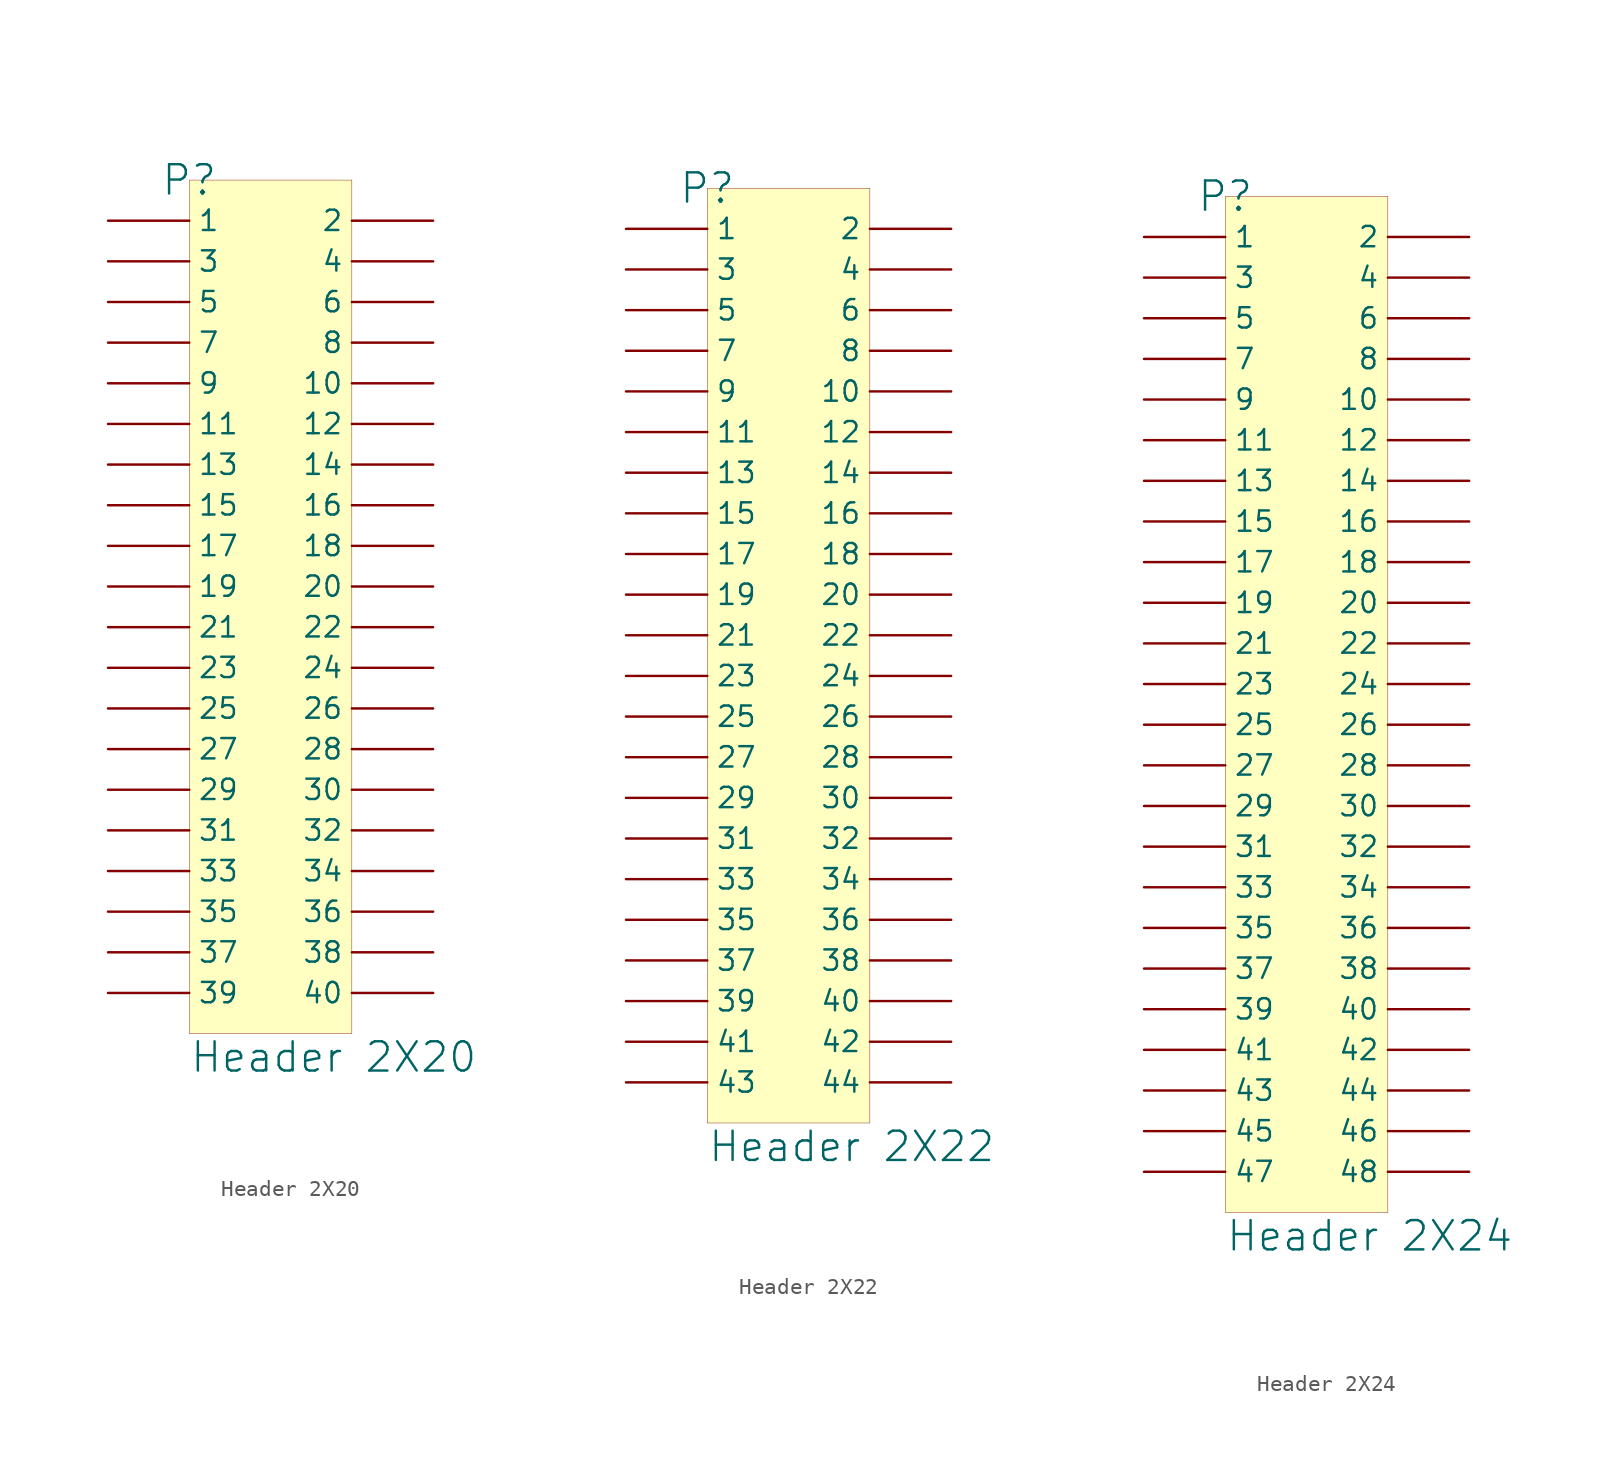
<source format=kicad_sym>
(kicad_symbol_lib
  (version 20241209)
  (generator "kicad_symbol_editor")
  (generator_version "9.0")
  (symbol "Header 2X20"
    (pin_numbers
      (hide yes))
    (property "Reference" "P"
      (at 0 0 0)
      (effects (font (size 1.829 1.829))))
    (property "Value" "Header 2X20"
      (at 0 -55.88 0)
      (effects (font (size 1.829 1.829)) (justify left bottom)))
    (symbol "Header 2X20_1_0"
      (rectangle (start 10.16 0) (end 0 -53.34) (stroke (width 0.025) (type solid) (color 128 0 0 1)) (fill (type background)))
      (pin passive line (at -5.08 -2.54 0) (length 5.08) (name "1" (effects (font (size 1.27 1.27)))) (number "1" (effects (font (size 1.27 1.27)))))
      (pin passive line (at -5.08 -5.08 0) (length 5.08) (name "3" (effects (font (size 1.27 1.27)))) (number "3" (effects (font (size 1.27 1.27)))))
      (pin passive line (at -5.08 -7.62 0) (length 5.08) (name "5" (effects (font (size 1.27 1.27)))) (number "5" (effects (font (size 1.27 1.27)))))
      (pin passive line (at -5.08 -10.16 0) (length 5.08) (name "7" (effects (font (size 1.27 1.27)))) (number "7" (effects (font (size 1.27 1.27)))))
      (pin passive line (at -5.08 -12.7 0) (length 5.08) (name "9" (effects (font (size 1.27 1.27)))) (number "9" (effects (font (size 1.27 1.27)))))
      (pin passive line (at -5.08 -15.24 0) (length 5.08) (name "11" (effects (font (size 1.27 1.27)))) (number "11" (effects (font (size 1.27 1.27)))))
      (pin passive line (at -5.08 -17.78 0) (length 5.08) (name "13" (effects (font (size 1.27 1.27)))) (number "13" (effects (font (size 1.27 1.27)))))
      (pin passive line (at -5.08 -20.32 0) (length 5.08) (name "15" (effects (font (size 1.27 1.27)))) (number "15" (effects (font (size 1.27 1.27)))))
      (pin passive line (at -5.08 -22.86 0) (length 5.08) (name "17" (effects (font (size 1.27 1.27)))) (number "17" (effects (font (size 1.27 1.27)))))
      (pin passive line (at -5.08 -25.4 0) (length 5.08) (name "19" (effects (font (size 1.27 1.27)))) (number "19" (effects (font (size 1.27 1.27)))))
      (pin passive line (at -5.08 -27.94 0) (length 5.08) (name "21" (effects (font (size 1.27 1.27)))) (number "21" (effects (font (size 1.27 1.27)))))
      (pin passive line (at -5.08 -30.48 0) (length 5.08) (name "23" (effects (font (size 1.27 1.27)))) (number "23" (effects (font (size 1.27 1.27)))))
      (pin passive line (at -5.08 -33.02 0) (length 5.08) (name "25" (effects (font (size 1.27 1.27)))) (number "25" (effects (font (size 1.27 1.27)))))
      (pin passive line (at -5.08 -35.56 0) (length 5.08) (name "27" (effects (font (size 1.27 1.27)))) (number "27" (effects (font (size 1.27 1.27)))))
      (pin passive line (at -5.08 -38.1 0) (length 5.08) (name "29" (effects (font (size 1.27 1.27)))) (number "29" (effects (font (size 1.27 1.27)))))
      (pin passive line (at -5.08 -40.64 0) (length 5.08) (name "31" (effects (font (size 1.27 1.27)))) (number "31" (effects (font (size 1.27 1.27)))))
      (pin passive line (at -5.08 -43.18 0) (length 5.08) (name "33" (effects (font (size 1.27 1.27)))) (number "33" (effects (font (size 1.27 1.27)))))
      (pin passive line (at -5.08 -45.72 0) (length 5.08) (name "35" (effects (font (size 1.27 1.27)))) (number "35" (effects (font (size 1.27 1.27)))))
      (pin passive line (at -5.08 -48.26 0) (length 5.08) (name "37" (effects (font (size 1.27 1.27)))) (number "37" (effects (font (size 1.27 1.27)))))
      (pin passive line (at -5.08 -50.8 0) (length 5.08) (name "39" (effects (font (size 1.27 1.27)))) (number "39" (effects (font (size 1.27 1.27)))))
      (pin passive line (at 15.24 -2.54 180) (length 5.08) (name "2" (effects (font (size 1.27 1.27)))) (number "2" (effects (font (size 1.27 1.27)))))
      (pin passive line (at 15.24 -5.08 180) (length 5.08) (name "4" (effects (font (size 1.27 1.27)))) (number "4" (effects (font (size 1.27 1.27)))))
      (pin passive line (at 15.24 -7.62 180) (length 5.08) (name "6" (effects (font (size 1.27 1.27)))) (number "6" (effects (font (size 1.27 1.27)))))
      (pin passive line (at 15.24 -10.16 180) (length 5.08) (name "8" (effects (font (size 1.27 1.27)))) (number "8" (effects (font (size 1.27 1.27)))))
      (pin passive line (at 15.24 -12.7 180) (length 5.08) (name "10" (effects (font (size 1.27 1.27)))) (number "10" (effects (font (size 1.27 1.27)))))
      (pin passive line (at 15.24 -15.24 180) (length 5.08) (name "12" (effects (font (size 1.27 1.27)))) (number "12" (effects (font (size 1.27 1.27)))))
      (pin passive line (at 15.24 -17.78 180) (length 5.08) (name "14" (effects (font (size 1.27 1.27)))) (number "14" (effects (font (size 1.27 1.27)))))
      (pin passive line (at 15.24 -20.32 180) (length 5.08) (name "16" (effects (font (size 1.27 1.27)))) (number "16" (effects (font (size 1.27 1.27)))))
      (pin passive line (at 15.24 -22.86 180) (length 5.08) (name "18" (effects (font (size 1.27 1.27)))) (number "18" (effects (font (size 1.27 1.27)))))
      (pin passive line (at 15.24 -25.4 180) (length 5.08) (name "20" (effects (font (size 1.27 1.27)))) (number "20" (effects (font (size 1.27 1.27)))))
      (pin passive line (at 15.24 -27.94 180) (length 5.08) (name "22" (effects (font (size 1.27 1.27)))) (number "22" (effects (font (size 1.27 1.27)))))
      (pin passive line (at 15.24 -30.48 180) (length 5.08) (name "24" (effects (font (size 1.27 1.27)))) (number "24" (effects (font (size 1.27 1.27)))))
      (pin passive line (at 15.24 -33.02 180) (length 5.08) (name "26" (effects (font (size 1.27 1.27)))) (number "26" (effects (font (size 1.27 1.27)))))
      (pin passive line (at 15.24 -35.56 180) (length 5.08) (name "28" (effects (font (size 1.27 1.27)))) (number "28" (effects (font (size 1.27 1.27)))))
      (pin passive line (at 15.24 -38.1 180) (length 5.08) (name "30" (effects (font (size 1.27 1.27)))) (number "30" (effects (font (size 1.27 1.27)))))
      (pin passive line (at 15.24 -40.64 180) (length 5.08) (name "32" (effects (font (size 1.27 1.27)))) (number "32" (effects (font (size 1.27 1.27)))))
      (pin passive line (at 15.24 -43.18 180) (length 5.08) (name "34" (effects (font (size 1.27 1.27)))) (number "34" (effects (font (size 1.27 1.27)))))
      (pin passive line (at 15.24 -45.72 180) (length 5.08) (name "36" (effects (font (size 1.27 1.27)))) (number "36" (effects (font (size 1.27 1.27)))))
      (pin passive line (at 15.24 -48.26 180) (length 5.08) (name "38" (effects (font (size 1.27 1.27)))) (number "38" (effects (font (size 1.27 1.27)))))
      (pin passive line (at 15.24 -50.8 180) (length 5.08) (name "40" (effects (font (size 1.27 1.27)))) (number "40" (effects (font (size 1.27 1.27)))))))
  (symbol "Header 2X22"
    (pin_numbers
      (hide yes))
    (property "Reference" "P"
      (at 0 0 0)
      (effects (font (size 1.829 1.829))))
    (property "Value" "Header 2X22"
      (at 0 -60.96 0)
      (effects (font (size 1.829 1.829)) (justify left bottom)))
    (symbol "Header 2X22_1_0"
      (rectangle (start 10.16 0) (end 0 -58.42) (stroke (width 0.025) (type solid) (color 128 0 0 1)) (fill (type background)))
      (pin passive line (at -5.08 -2.54 0) (length 5.08) (name "1" (effects (font (size 1.27 1.27)))) (number "1" (effects (font (size 1.27 1.27)))))
      (pin passive line (at -5.08 -5.08 0) (length 5.08) (name "3" (effects (font (size 1.27 1.27)))) (number "3" (effects (font (size 1.27 1.27)))))
      (pin passive line (at -5.08 -7.62 0) (length 5.08) (name "5" (effects (font (size 1.27 1.27)))) (number "5" (effects (font (size 1.27 1.27)))))
      (pin passive line (at -5.08 -10.16 0) (length 5.08) (name "7" (effects (font (size 1.27 1.27)))) (number "7" (effects (font (size 1.27 1.27)))))
      (pin passive line (at -5.08 -12.7 0) (length 5.08) (name "9" (effects (font (size 1.27 1.27)))) (number "9" (effects (font (size 1.27 1.27)))))
      (pin passive line (at -5.08 -15.24 0) (length 5.08) (name "11" (effects (font (size 1.27 1.27)))) (number "11" (effects (font (size 1.27 1.27)))))
      (pin passive line (at -5.08 -17.78 0) (length 5.08) (name "13" (effects (font (size 1.27 1.27)))) (number "13" (effects (font (size 1.27 1.27)))))
      (pin passive line (at -5.08 -20.32 0) (length 5.08) (name "15" (effects (font (size 1.27 1.27)))) (number "15" (effects (font (size 1.27 1.27)))))
      (pin passive line (at -5.08 -22.86 0) (length 5.08) (name "17" (effects (font (size 1.27 1.27)))) (number "17" (effects (font (size 1.27 1.27)))))
      (pin passive line (at -5.08 -25.4 0) (length 5.08) (name "19" (effects (font (size 1.27 1.27)))) (number "19" (effects (font (size 1.27 1.27)))))
      (pin passive line (at -5.08 -27.94 0) (length 5.08) (name "21" (effects (font (size 1.27 1.27)))) (number "21" (effects (font (size 1.27 1.27)))))
      (pin passive line (at -5.08 -30.48 0) (length 5.08) (name "23" (effects (font (size 1.27 1.27)))) (number "23" (effects (font (size 1.27 1.27)))))
      (pin passive line (at -5.08 -33.02 0) (length 5.08) (name "25" (effects (font (size 1.27 1.27)))) (number "25" (effects (font (size 1.27 1.27)))))
      (pin passive line (at -5.08 -35.56 0) (length 5.08) (name "27" (effects (font (size 1.27 1.27)))) (number "27" (effects (font (size 1.27 1.27)))))
      (pin passive line (at -5.08 -38.1 0) (length 5.08) (name "29" (effects (font (size 1.27 1.27)))) (number "29" (effects (font (size 1.27 1.27)))))
      (pin passive line (at -5.08 -40.64 0) (length 5.08) (name "31" (effects (font (size 1.27 1.27)))) (number "31" (effects (font (size 1.27 1.27)))))
      (pin passive line (at -5.08 -43.18 0) (length 5.08) (name "33" (effects (font (size 1.27 1.27)))) (number "33" (effects (font (size 1.27 1.27)))))
      (pin passive line (at -5.08 -45.72 0) (length 5.08) (name "35" (effects (font (size 1.27 1.27)))) (number "35" (effects (font (size 1.27 1.27)))))
      (pin passive line (at -5.08 -48.26 0) (length 5.08) (name "37" (effects (font (size 1.27 1.27)))) (number "37" (effects (font (size 1.27 1.27)))))
      (pin passive line (at -5.08 -50.8 0) (length 5.08) (name "39" (effects (font (size 1.27 1.27)))) (number "39" (effects (font (size 1.27 1.27)))))
      (pin passive line (at -5.08 -53.34 0) (length 5.08) (name "41" (effects (font (size 1.27 1.27)))) (number "41" (effects (font (size 1.27 1.27)))))
      (pin passive line (at -5.08 -55.88 0) (length 5.08) (name "43" (effects (font (size 1.27 1.27)))) (number "43" (effects (font (size 1.27 1.27)))))
      (pin passive line (at 15.24 -2.54 180) (length 5.08) (name "2" (effects (font (size 1.27 1.27)))) (number "2" (effects (font (size 1.27 1.27)))))
      (pin passive line (at 15.24 -5.08 180) (length 5.08) (name "4" (effects (font (size 1.27 1.27)))) (number "4" (effects (font (size 1.27 1.27)))))
      (pin passive line (at 15.24 -7.62 180) (length 5.08) (name "6" (effects (font (size 1.27 1.27)))) (number "6" (effects (font (size 1.27 1.27)))))
      (pin passive line (at 15.24 -10.16 180) (length 5.08) (name "8" (effects (font (size 1.27 1.27)))) (number "8" (effects (font (size 1.27 1.27)))))
      (pin passive line (at 15.24 -12.7 180) (length 5.08) (name "10" (effects (font (size 1.27 1.27)))) (number "10" (effects (font (size 1.27 1.27)))))
      (pin passive line (at 15.24 -15.24 180) (length 5.08) (name "12" (effects (font (size 1.27 1.27)))) (number "12" (effects (font (size 1.27 1.27)))))
      (pin passive line (at 15.24 -17.78 180) (length 5.08) (name "14" (effects (font (size 1.27 1.27)))) (number "14" (effects (font (size 1.27 1.27)))))
      (pin passive line (at 15.24 -20.32 180) (length 5.08) (name "16" (effects (font (size 1.27 1.27)))) (number "16" (effects (font (size 1.27 1.27)))))
      (pin passive line (at 15.24 -22.86 180) (length 5.08) (name "18" (effects (font (size 1.27 1.27)))) (number "18" (effects (font (size 1.27 1.27)))))
      (pin passive line (at 15.24 -25.4 180) (length 5.08) (name "20" (effects (font (size 1.27 1.27)))) (number "20" (effects (font (size 1.27 1.27)))))
      (pin passive line (at 15.24 -27.94 180) (length 5.08) (name "22" (effects (font (size 1.27 1.27)))) (number "22" (effects (font (size 1.27 1.27)))))
      (pin passive line (at 15.24 -30.48 180) (length 5.08) (name "24" (effects (font (size 1.27 1.27)))) (number "24" (effects (font (size 1.27 1.27)))))
      (pin passive line (at 15.24 -33.02 180) (length 5.08) (name "26" (effects (font (size 1.27 1.27)))) (number "26" (effects (font (size 1.27 1.27)))))
      (pin passive line (at 15.24 -35.56 180) (length 5.08) (name "28" (effects (font (size 1.27 1.27)))) (number "28" (effects (font (size 1.27 1.27)))))
      (pin passive line (at 15.24 -38.1 180) (length 5.08) (name "30" (effects (font (size 1.27 1.27)))) (number "30" (effects (font (size 1.27 1.27)))))
      (pin passive line (at 15.24 -40.64 180) (length 5.08) (name "32" (effects (font (size 1.27 1.27)))) (number "32" (effects (font (size 1.27 1.27)))))
      (pin passive line (at 15.24 -43.18 180) (length 5.08) (name "34" (effects (font (size 1.27 1.27)))) (number "34" (effects (font (size 1.27 1.27)))))
      (pin passive line (at 15.24 -45.72 180) (length 5.08) (name "36" (effects (font (size 1.27 1.27)))) (number "36" (effects (font (size 1.27 1.27)))))
      (pin passive line (at 15.24 -48.26 180) (length 5.08) (name "38" (effects (font (size 1.27 1.27)))) (number "38" (effects (font (size 1.27 1.27)))))
      (pin passive line (at 15.24 -50.8 180) (length 5.08) (name "40" (effects (font (size 1.27 1.27)))) (number "40" (effects (font (size 1.27 1.27)))))
      (pin passive line (at 15.24 -53.34 180) (length 5.08) (name "42" (effects (font (size 1.27 1.27)))) (number "42" (effects (font (size 1.27 1.27)))))
      (pin passive line (at 15.24 -55.88 180) (length 5.08) (name "44" (effects (font (size 1.27 1.27)))) (number "44" (effects (font (size 1.27 1.27)))))))
  (symbol "Header 2X24"
    (pin_numbers
      (hide yes))
    (property "Reference" "P"
      (at 0 0 0)
      (effects (font (size 1.829 1.829))))
    (property "Value" "Header 2X24"
      (at 0 -66.04 0)
      (effects (font (size 1.829 1.829)) (justify left bottom)))
    (symbol "Header 2X24_1_0"
      (rectangle (start 10.16 0) (end 0 -63.5) (stroke (width 0.025) (type solid) (color 128 0 0 1)) (fill (type background)))
      (pin passive line (at -5.08 -2.54 0) (length 5.08) (name "1" (effects (font (size 1.27 1.27)))) (number "1" (effects (font (size 1.27 1.27)))))
      (pin passive line (at -5.08 -5.08 0) (length 5.08) (name "3" (effects (font (size 1.27 1.27)))) (number "3" (effects (font (size 1.27 1.27)))))
      (pin passive line (at -5.08 -7.62 0) (length 5.08) (name "5" (effects (font (size 1.27 1.27)))) (number "5" (effects (font (size 1.27 1.27)))))
      (pin passive line (at -5.08 -10.16 0) (length 5.08) (name "7" (effects (font (size 1.27 1.27)))) (number "7" (effects (font (size 1.27 1.27)))))
      (pin passive line (at -5.08 -12.7 0) (length 5.08) (name "9" (effects (font (size 1.27 1.27)))) (number "9" (effects (font (size 1.27 1.27)))))
      (pin passive line (at -5.08 -15.24 0) (length 5.08) (name "11" (effects (font (size 1.27 1.27)))) (number "11" (effects (font (size 1.27 1.27)))))
      (pin passive line (at -5.08 -17.78 0) (length 5.08) (name "13" (effects (font (size 1.27 1.27)))) (number "13" (effects (font (size 1.27 1.27)))))
      (pin passive line (at -5.08 -20.32 0) (length 5.08) (name "15" (effects (font (size 1.27 1.27)))) (number "15" (effects (font (size 1.27 1.27)))))
      (pin passive line (at -5.08 -22.86 0) (length 5.08) (name "17" (effects (font (size 1.27 1.27)))) (number "17" (effects (font (size 1.27 1.27)))))
      (pin passive line (at -5.08 -25.4 0) (length 5.08) (name "19" (effects (font (size 1.27 1.27)))) (number "19" (effects (font (size 1.27 1.27)))))
      (pin passive line (at -5.08 -27.94 0) (length 5.08) (name "21" (effects (font (size 1.27 1.27)))) (number "21" (effects (font (size 1.27 1.27)))))
      (pin passive line (at -5.08 -30.48 0) (length 5.08) (name "23" (effects (font (size 1.27 1.27)))) (number "23" (effects (font (size 1.27 1.27)))))
      (pin passive line (at -5.08 -33.02 0) (length 5.08) (name "25" (effects (font (size 1.27 1.27)))) (number "25" (effects (font (size 1.27 1.27)))))
      (pin passive line (at -5.08 -35.56 0) (length 5.08) (name "27" (effects (font (size 1.27 1.27)))) (number "27" (effects (font (size 1.27 1.27)))))
      (pin passive line (at -5.08 -38.1 0) (length 5.08) (name "29" (effects (font (size 1.27 1.27)))) (number "29" (effects (font (size 1.27 1.27)))))
      (pin passive line (at -5.08 -40.64 0) (length 5.08) (name "31" (effects (font (size 1.27 1.27)))) (number "31" (effects (font (size 1.27 1.27)))))
      (pin passive line (at -5.08 -43.18 0) (length 5.08) (name "33" (effects (font (size 1.27 1.27)))) (number "33" (effects (font (size 1.27 1.27)))))
      (pin passive line (at -5.08 -45.72 0) (length 5.08) (name "35" (effects (font (size 1.27 1.27)))) (number "35" (effects (font (size 1.27 1.27)))))
      (pin passive line (at -5.08 -48.26 0) (length 5.08) (name "37" (effects (font (size 1.27 1.27)))) (number "37" (effects (font (size 1.27 1.27)))))
      (pin passive line (at -5.08 -50.8 0) (length 5.08) (name "39" (effects (font (size 1.27 1.27)))) (number "39" (effects (font (size 1.27 1.27)))))
      (pin passive line (at -5.08 -53.34 0) (length 5.08) (name "41" (effects (font (size 1.27 1.27)))) (number "41" (effects (font (size 1.27 1.27)))))
      (pin passive line (at -5.08 -55.88 0) (length 5.08) (name "43" (effects (font (size 1.27 1.27)))) (number "43" (effects (font (size 1.27 1.27)))))
      (pin passive line (at -5.08 -58.42 0) (length 5.08) (name "45" (effects (font (size 1.27 1.27)))) (number "45" (effects (font (size 1.27 1.27)))))
      (pin passive line (at -5.08 -60.96 0) (length 5.08) (name "47" (effects (font (size 1.27 1.27)))) (number "47" (effects (font (size 1.27 1.27)))))
      (pin passive line (at 15.24 -2.54 180) (length 5.08) (name "2" (effects (font (size 1.27 1.27)))) (number "2" (effects (font (size 1.27 1.27)))))
      (pin passive line (at 15.24 -5.08 180) (length 5.08) (name "4" (effects (font (size 1.27 1.27)))) (number "4" (effects (font (size 1.27 1.27)))))
      (pin passive line (at 15.24 -7.62 180) (length 5.08) (name "6" (effects (font (size 1.27 1.27)))) (number "6" (effects (font (size 1.27 1.27)))))
      (pin passive line (at 15.24 -10.16 180) (length 5.08) (name "8" (effects (font (size 1.27 1.27)))) (number "8" (effects (font (size 1.27 1.27)))))
      (pin passive line (at 15.24 -12.7 180) (length 5.08) (name "10" (effects (font (size 1.27 1.27)))) (number "10" (effects (font (size 1.27 1.27)))))
      (pin passive line (at 15.24 -15.24 180) (length 5.08) (name "12" (effects (font (size 1.27 1.27)))) (number "12" (effects (font (size 1.27 1.27)))))
      (pin passive line (at 15.24 -17.78 180) (length 5.08) (name "14" (effects (font (size 1.27 1.27)))) (number "14" (effects (font (size 1.27 1.27)))))
      (pin passive line (at 15.24 -20.32 180) (length 5.08) (name "16" (effects (font (size 1.27 1.27)))) (number "16" (effects (font (size 1.27 1.27)))))
      (pin passive line (at 15.24 -22.86 180) (length 5.08) (name "18" (effects (font (size 1.27 1.27)))) (number "18" (effects (font (size 1.27 1.27)))))
      (pin passive line (at 15.24 -25.4 180) (length 5.08) (name "20" (effects (font (size 1.27 1.27)))) (number "20" (effects (font (size 1.27 1.27)))))
      (pin passive line (at 15.24 -27.94 180) (length 5.08) (name "22" (effects (font (size 1.27 1.27)))) (number "22" (effects (font (size 1.27 1.27)))))
      (pin passive line (at 15.24 -30.48 180) (length 5.08) (name "24" (effects (font (size 1.27 1.27)))) (number "24" (effects (font (size 1.27 1.27)))))
      (pin passive line (at 15.24 -33.02 180) (length 5.08) (name "26" (effects (font (size 1.27 1.27)))) (number "26" (effects (font (size 1.27 1.27)))))
      (pin passive line (at 15.24 -35.56 180) (length 5.08) (name "28" (effects (font (size 1.27 1.27)))) (number "28" (effects (font (size 1.27 1.27)))))
      (pin passive line (at 15.24 -38.1 180) (length 5.08) (name "30" (effects (font (size 1.27 1.27)))) (number "30" (effects (font (size 1.27 1.27)))))
      (pin passive line (at 15.24 -40.64 180) (length 5.08) (name "32" (effects (font (size 1.27 1.27)))) (number "32" (effects (font (size 1.27 1.27)))))
      (pin passive line (at 15.24 -43.18 180) (length 5.08) (name "34" (effects (font (size 1.27 1.27)))) (number "34" (effects (font (size 1.27 1.27)))))
      (pin passive line (at 15.24 -45.72 180) (length 5.08) (name "36" (effects (font (size 1.27 1.27)))) (number "36" (effects (font (size 1.27 1.27)))))
      (pin passive line (at 15.24 -48.26 180) (length 5.08) (name "38" (effects (font (size 1.27 1.27)))) (number "38" (effects (font (size 1.27 1.27)))))
      (pin passive line (at 15.24 -50.8 180) (length 5.08) (name "40" (effects (font (size 1.27 1.27)))) (number "40" (effects (font (size 1.27 1.27)))))
      (pin passive line (at 15.24 -53.34 180) (length 5.08) (name "42" (effects (font (size 1.27 1.27)))) (number "42" (effects (font (size 1.27 1.27)))))
      (pin passive line (at 15.24 -55.88 180) (length 5.08) (name "44" (effects (font (size 1.27 1.27)))) (number "44" (effects (font (size 1.27 1.27)))))
      (pin passive line (at 15.24 -58.42 180) (length 5.08) (name "46" (effects (font (size 1.27 1.27)))) (number "46" (effects (font (size 1.27 1.27)))))
      (pin passive line (at 15.24 -60.96 180) (length 5.08) (name "48" (effects (font (size 1.27 1.27)))) (number "48" (effects (font (size 1.27 1.27))))))))
</source>
